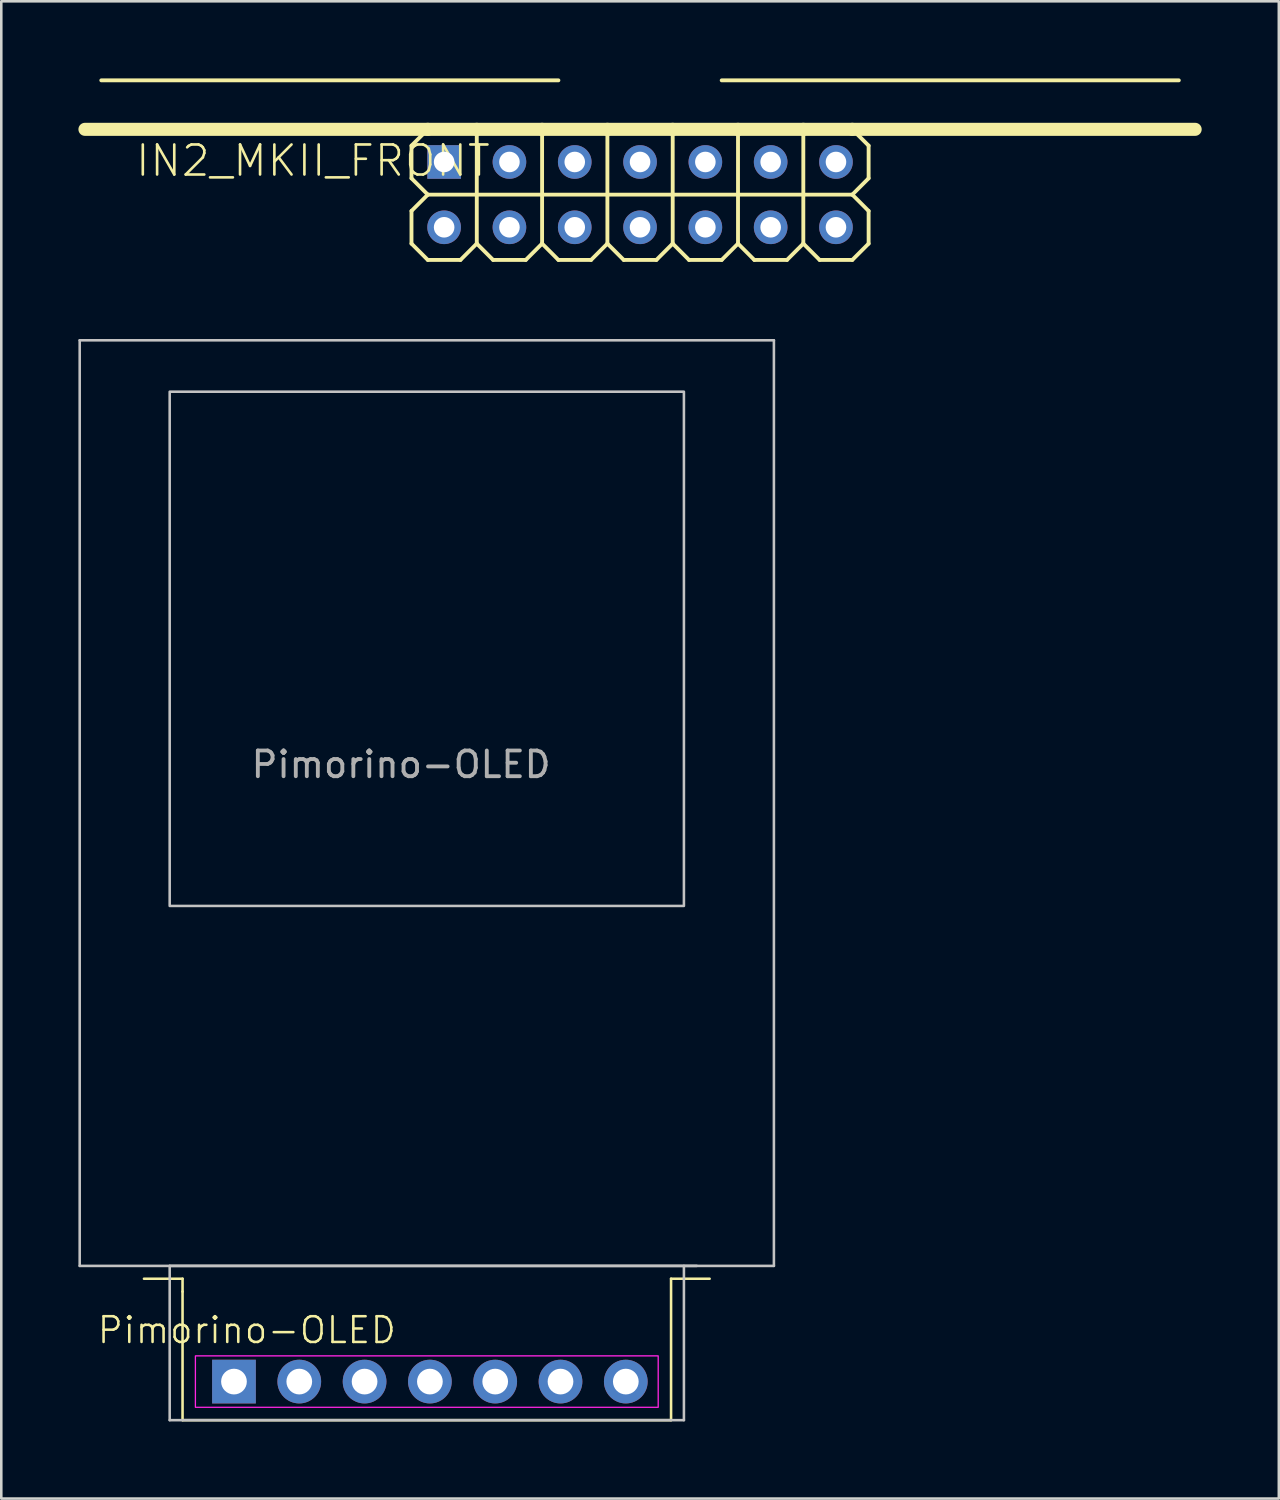
<source format=kicad_pcb>
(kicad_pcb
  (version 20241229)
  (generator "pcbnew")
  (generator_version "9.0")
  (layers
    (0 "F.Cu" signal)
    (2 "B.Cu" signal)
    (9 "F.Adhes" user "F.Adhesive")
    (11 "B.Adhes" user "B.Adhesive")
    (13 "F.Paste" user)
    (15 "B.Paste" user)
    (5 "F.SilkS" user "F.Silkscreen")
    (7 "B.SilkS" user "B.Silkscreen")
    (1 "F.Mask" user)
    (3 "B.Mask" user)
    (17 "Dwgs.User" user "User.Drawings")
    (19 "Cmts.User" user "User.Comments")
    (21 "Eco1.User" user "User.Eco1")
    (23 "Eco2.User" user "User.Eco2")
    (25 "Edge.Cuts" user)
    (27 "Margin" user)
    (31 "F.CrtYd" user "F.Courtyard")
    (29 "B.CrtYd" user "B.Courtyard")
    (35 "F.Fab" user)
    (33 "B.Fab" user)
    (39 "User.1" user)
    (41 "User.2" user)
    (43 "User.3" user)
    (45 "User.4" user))
  (footprint "Pimorino-OLED"
    (layer "F.Cu")
    (at 13.55 26.185)
    (property "Reference" "Pimorino-OLED" (at -7 22.5 0) (unlocked yes) (layer "F.SilkS") (effects (font (size 1 1) (thickness 0.1))))
    (attr through_hole)
    (fp_line (start -9.5 20.5) (end -11 20.5) (stroke (width 0.1) (type default)) (layer "F.SilkS"))
    (fp_line (start -9.5 21) (end -9.5 20.5) (stroke (width 0.1) (type default)) (layer "F.SilkS"))
    (fp_line (start -9.5 21) (end -9.5 26) (stroke (width 0.1) (type default)) (layer "F.SilkS"))
    (fp_line (start -9.5 26) (end 9.5 26) (stroke (width 0.1) (type default)) (layer "F.SilkS"))
    (fp_line (start 9.5 20.5) (end 11 20.5) (stroke (width 0.1) (type default)) (layer "F.SilkS"))
    (fp_line (start 9.5 26) (end 9.5 20.5) (stroke (width 0.1) (type default)) (layer "F.SilkS"))
    (fp_line (start -13.5 -16) (end -13.5 20) (stroke (width 0.1) (type default)) (layer "Dwgs.User"))
    (fp_line (start -13.5 20) (end 13.5 20) (stroke (width 0.1) (type default)) (layer "Dwgs.User"))
    (fp_line (start -10 20) (end -10 26) (stroke (width 0.1) (type default)) (layer "Dwgs.User"))
    (fp_line (start -10 26) (end 10 26) (stroke (width 0.1) (type default)) (layer "Dwgs.User"))
    (fp_line (start 10 26) (end 10 20) (stroke (width 0.1) (type default)) (layer "Dwgs.User"))
    (fp_line (start 10.5 20) (end -10 20) (stroke (width 0.1) (type default)) (layer "Dwgs.User"))
    (fp_line (start 13.5 -16) (end -13.5 -16) (stroke (width 0.1) (type default)) (layer "Dwgs.User"))
    (fp_line (start 13.5 20) (end 13.5 -16) (stroke (width 0.1) (type default)) (layer "Dwgs.User"))
    (fp_rect (start -10 -14) (end 10 6) (stroke (width 0.1) (type default)) (fill no) (layer "Dwgs.User"))
    (fp_rect (start -9 23.5) (end 9 25.5) (stroke (width 0.05) (type default)) (fill no) (layer "F.CrtYd"))
    (fp_text user "${REFERENCE}" (at -1 0.5 0) (unlocked yes) (layer "F.Fab") (effects (font (size 1 1) (thickness 0.15))))
    (pad "1" thru_hole rect (at -7.5 24.5 90) (size 1.7 1.7) (drill 1) (layers "*.Cu" "*.Mask"))
    (pad "2" thru_hole oval (at -4.96 24.5 90) (size 1.7 1.7) (drill 1) (layers "*.Cu" "*.Mask"))
    (pad "3" thru_hole oval (at -2.42 24.5 90) (size 1.7 1.7) (drill 1) (layers "*.Cu" "*.Mask"))
    (pad "4" thru_hole oval (at 0.12 24.5 90) (size 1.7 1.7) (drill 1) (layers "*.Cu" "*.Mask"))
    (pad "5" thru_hole oval (at 2.66 24.5 90) (size 1.7 1.7) (drill 1) (layers "*.Cu" "*.Mask"))
    (pad "6" thru_hole oval (at 5.2 24.5 90) (size 1.7 1.7) (drill 1) (layers "*.Cu" "*.Mask"))
    (pad "7" thru_hole oval (at 7.74 24.5 90) (size 1.7 1.7) (drill 1) (layers "*.Cu" "*.Mask")))
  (footprint "IN2_MKII_FRONT"
    (layer "F.Cu")
    (at 21.844 1.98)
    (property "Reference" "IN2_MKII_FRONT" (at -19.685 1.905 0) (layer "F.SilkS") (effects (font (size 1.168 1.168) (thickness 0.102)) (justify left bottom)))
    (fp_line (start -21.59 0) (end -8.255 0) (stroke (width 0.508) (type solid)) (layer "F.SilkS"))
    (fp_line (start -20.955 -1.905) (end -3.175 -1.905) (stroke (width 0.15) (type solid)) (layer "F.SilkS"))
    (fp_line (start -8.89 0.635) (end -8.255 0) (stroke (width 0.15) (type solid)) (layer "F.SilkS"))
    (fp_line (start -8.89 1.905) (end -8.89 0.635) (stroke (width 0.15) (type solid)) (layer "F.SilkS"))
    (fp_line (start -8.89 1.905) (end -8.255 2.54) (stroke (width 0.15) (type solid)) (layer "F.SilkS"))
    (fp_line (start -8.89 3.175) (end -8.255 2.54) (stroke (width 0.15) (type solid)) (layer "F.SilkS"))
    (fp_line (start -8.89 4.445) (end -8.89 3.175) (stroke (width 0.15) (type solid)) (layer "F.SilkS"))
    (fp_line (start -8.255 0) (end -6.35 0) (stroke (width 0.508) (type solid)) (layer "F.SilkS"))
    (fp_line (start -8.255 2.54) (end 8.255 2.54) (stroke (width 0.15) (type solid)) (layer "F.SilkS"))
    (fp_line (start -8.255 5.08) (end -8.89 4.445) (stroke (width 0.15) (type solid)) (layer "F.SilkS"))
    (fp_line (start -8.255 5.08) (end -6.985 5.08) (stroke (width 0.15) (type solid)) (layer "F.SilkS"))
    (fp_line (start -6.985 5.08) (end -6.35 4.445) (stroke (width 0.15) (type solid)) (layer "F.SilkS"))
    (fp_line (start -6.35 0) (end -3.81 0) (stroke (width 0.508) (type solid)) (layer "F.SilkS"))
    (fp_line (start -6.35 4.445) (end -6.35 0) (stroke (width 0.15) (type solid)) (layer "F.SilkS"))
    (fp_line (start -6.35 4.445) (end -5.715 5.08) (stroke (width 0.15) (type solid)) (layer "F.SilkS"))
    (fp_line (start -5.715 5.08) (end -4.445 5.08) (stroke (width 0.15) (type solid)) (layer "F.SilkS"))
    (fp_line (start -4.445 5.08) (end -3.81 4.445) (stroke (width 0.15) (type solid)) (layer "F.SilkS"))
    (fp_line (start -3.81 0) (end -1.27 0) (stroke (width 0.508) (type solid)) (layer "F.SilkS"))
    (fp_line (start -3.81 4.445) (end -3.81 0) (stroke (width 0.15) (type solid)) (layer "F.SilkS"))
    (fp_line (start -3.81 4.445) (end -3.175 5.08) (stroke (width 0.15) (type solid)) (layer "F.SilkS"))
    (fp_line (start -3.175 5.08) (end -1.905 5.08) (stroke (width 0.15) (type solid)) (layer "F.SilkS"))
    (fp_line (start -1.905 5.08) (end -1.27 4.445) (stroke (width 0.15) (type solid)) (layer "F.SilkS"))
    (fp_line (start -1.27 0) (end 1.27 0) (stroke (width 0.508) (type solid)) (layer "F.SilkS"))
    (fp_line (start -1.27 4.445) (end -1.27 0) (stroke (width 0.15) (type solid)) (layer "F.SilkS"))
    (fp_line (start -1.27 4.445) (end -0.635 5.08) (stroke (width 0.15) (type solid)) (layer "F.SilkS"))
    (fp_line (start -0.635 5.08) (end 0.635 5.08) (stroke (width 0.15) (type solid)) (layer "F.SilkS"))
    (fp_line (start 0.635 5.08) (end 1.27 4.445) (stroke (width 0.15) (type solid)) (layer "F.SilkS"))
    (fp_line (start 1.27 0) (end 3.81 0) (stroke (width 0.508) (type solid)) (layer "F.SilkS"))
    (fp_line (start 1.27 4.445) (end 1.27 0) (stroke (width 0.15) (type solid)) (layer "F.SilkS"))
    (fp_line (start 1.27 4.445) (end 1.905 5.08) (stroke (width 0.15) (type solid)) (layer "F.SilkS"))
    (fp_line (start 1.905 5.08) (end 3.175 5.08) (stroke (width 0.15) (type solid)) (layer "F.SilkS"))
    (fp_line (start 3.175 5.08) (end 3.81 4.445) (stroke (width 0.15) (type solid)) (layer "F.SilkS"))
    (fp_line (start 3.81 0) (end 3.81 4.445) (stroke (width 0.15) (type solid)) (layer "F.SilkS"))
    (fp_line (start 3.81 0) (end 6.35 0) (stroke (width 0.508) (type solid)) (layer "F.SilkS"))
    (fp_line (start 3.81 4.445) (end 4.445 5.08) (stroke (width 0.15) (type solid)) (layer "F.SilkS"))
    (fp_line (start 4.445 5.08) (end 5.715 5.08) (stroke (width 0.15) (type solid)) (layer "F.SilkS"))
    (fp_line (start 5.715 5.08) (end 6.35 4.445) (stroke (width 0.15) (type solid)) (layer "F.SilkS"))
    (fp_line (start 6.35 0) (end 8.255 0) (stroke (width 0.508) (type solid)) (layer "F.SilkS"))
    (fp_line (start 6.35 4.445) (end 6.35 0) (stroke (width 0.15) (type solid)) (layer "F.SilkS"))
    (fp_line (start 6.35 4.445) (end 6.985 5.08) (stroke (width 0.15) (type solid)) (layer "F.SilkS"))
    (fp_line (start 6.985 5.08) (end 8.255 5.08) (stroke (width 0.15) (type solid)) (layer "F.SilkS"))
    (fp_line (start 8.255 0) (end 21.59 0) (stroke (width 0.508) (type solid)) (layer "F.SilkS"))
    (fp_line (start 8.255 2.54) (end 8.89 1.905) (stroke (width 0.15) (type solid)) (layer "F.SilkS"))
    (fp_line (start 8.255 2.54) (end 8.89 3.175) (stroke (width 0.15) (type solid)) (layer "F.SilkS"))
    (fp_line (start 8.89 0.635) (end 8.255 0) (stroke (width 0.15) (type solid)) (layer "F.SilkS"))
    (fp_line (start 8.89 1.905) (end 8.89 0.635) (stroke (width 0.15) (type solid)) (layer "F.SilkS"))
    (fp_line (start 8.89 3.175) (end 8.89 4.445) (stroke (width 0.15) (type solid)) (layer "F.SilkS"))
    (fp_line (start 8.89 4.445) (end 8.255 5.08) (stroke (width 0.15) (type solid)) (layer "F.SilkS"))
    (fp_line (start 20.955 -1.905) (end 3.175 -1.905) (stroke (width 0.15) (type solid)) (layer "F.SilkS"))
    (pad "P$1" thru_hole rect (at -7.62 1.27) (size 1.308 1.308) (drill 0.8) (layers "*.Cu" "*.Mask"))
    (pad "P$2" thru_hole circle (at -5.08 1.27) (size 1.308 1.308) (drill 0.8) (layers "*.Cu" "*.Mask"))
    (pad "P$3" thru_hole circle (at -2.54 1.27) (size 1.308 1.308) (drill 0.8) (layers "*.Cu" "*.Mask"))
    (pad "P$4" thru_hole circle (at 0 1.27) (size 1.308 1.308) (drill 0.8) (layers "*.Cu" "*.Mask"))
    (pad "P$5" thru_hole circle (at 2.54 1.27) (size 1.308 1.308) (drill 0.8) (layers "*.Cu" "*.Mask"))
    (pad "P$6" thru_hole circle (at 5.08 1.27) (size 1.308 1.308) (drill 0.8) (layers "*.Cu" "*.Mask"))
    (pad "P$7" thru_hole circle (at 7.62 1.27) (size 1.308 1.308) (drill 0.8) (layers "*.Cu" "*.Mask"))
    (pad "P$8" thru_hole circle (at -7.62 3.81) (size 1.308 1.308) (drill 0.8) (layers "*.Cu" "*.Mask"))
    (pad "P$9" thru_hole circle (at -5.08 3.81) (size 1.308 1.308) (drill 0.8) (layers "*.Cu" "*.Mask"))
    (pad "P$10" thru_hole circle (at -2.54 3.81) (size 1.308 1.308) (drill 0.8) (layers "*.Cu" "*.Mask"))
    (pad "P$11" thru_hole circle (at 0 3.81) (size 1.308 1.308) (drill 0.8) (layers "*.Cu" "*.Mask"))
    (pad "P$12" thru_hole circle (at 2.54 3.81) (size 1.308 1.308) (drill 0.8) (layers "*.Cu" "*.Mask"))
    (pad "P$13" thru_hole circle (at 5.08 3.81) (size 1.308 1.308) (drill 0.8) (layers "*.Cu" "*.Mask"))
    (pad "P$14" thru_hole circle (at 7.62 3.81) (size 1.308 1.308) (drill 0.8) (layers "*.Cu" "*.Mask")))
  (gr_rect
    (start -3 -3)
    (end 46.688 55.235)
    (stroke (width 0.1) (type default))
    (fill no)
    (layer "Edge.Cuts")))
</source>
